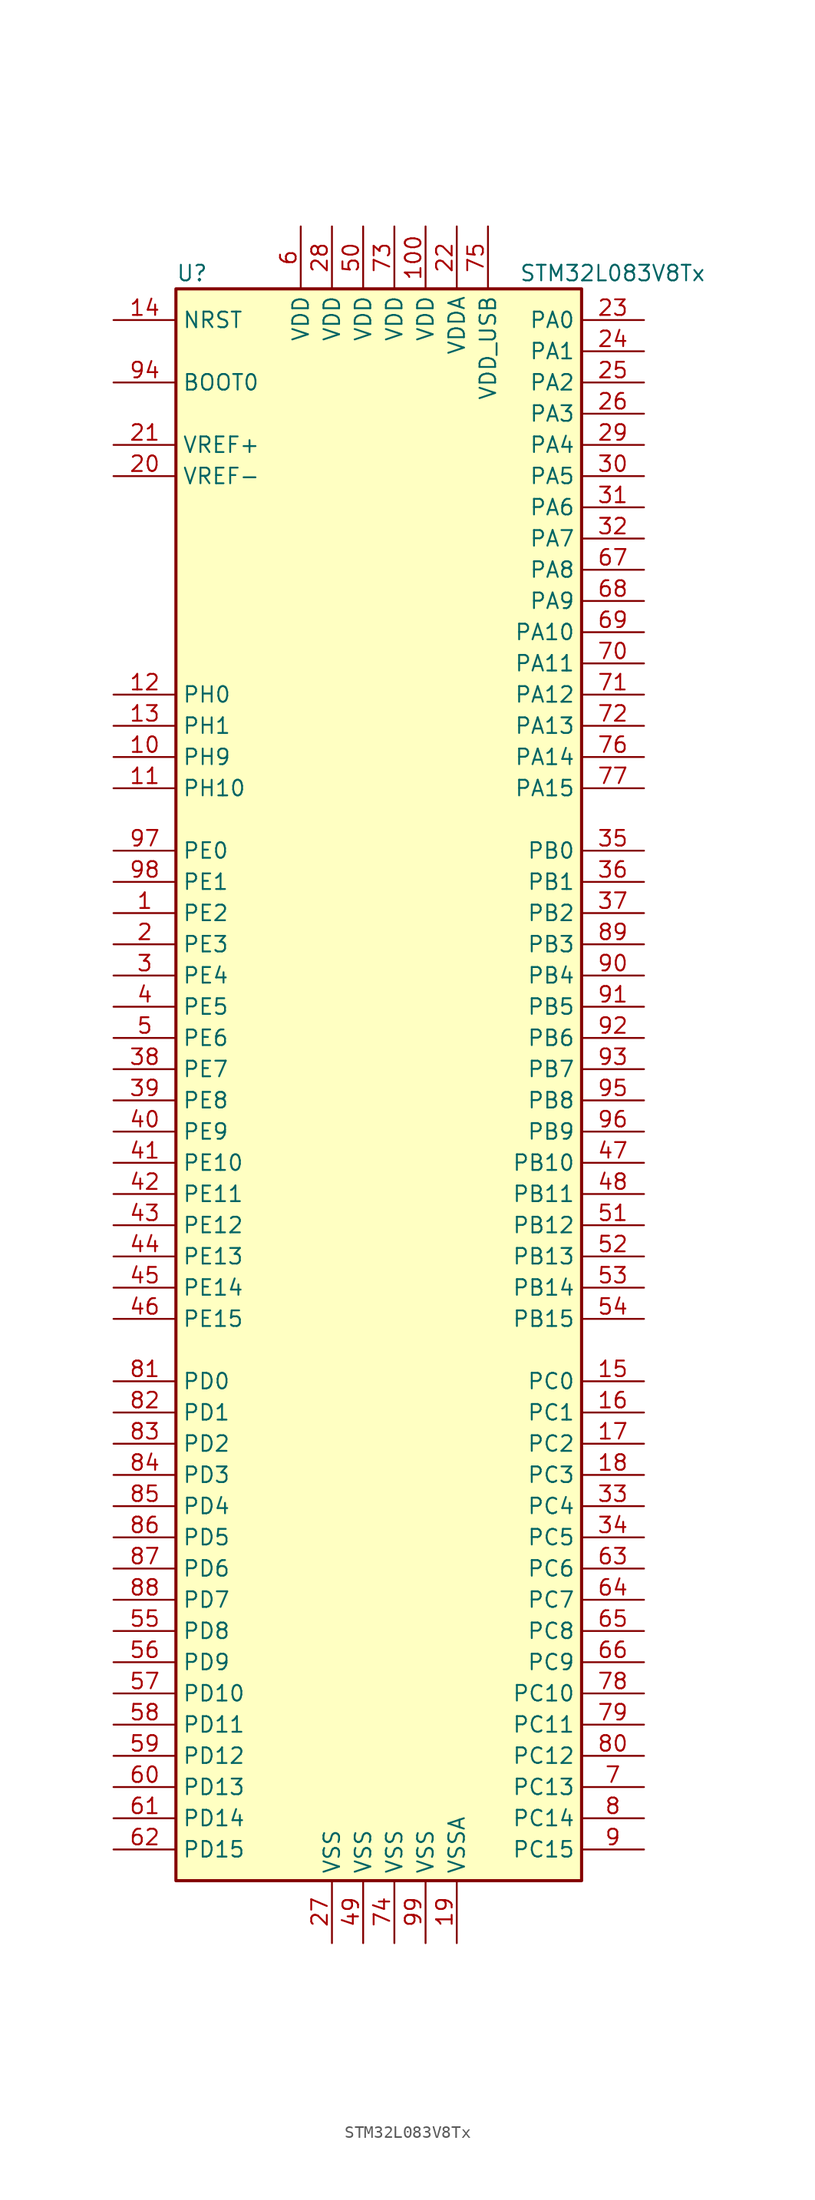
<source format=kicad_sym>
(kicad_symbol_lib
  (version 20201005)
  (generator kicad_symbol_editor)
  (symbol "MCU_ST_STM32L0:STM32L083V8Tx"
    (property "Reference" "U"
      (at -17.78 64.77 0)
      (effects (font (size 1.27 1.27)) (justify left)))
    (property "Value" "STM32L083V8Tx"
      (at 10.16 64.77 0)
      (effects (font (size 1.27 1.27)) (justify left)))
    (symbol "STM32L083V8Tx_0_1"
      (rectangle (start -17.78 -66.04) (end 15.24 63.5) (stroke (width 0.254)) (fill (type background))))
    (symbol "STM32L083V8Tx_1_1"
      (pin input line (at -22.86 55.88 0) (length 5.08) (name "BOOT0" (effects (font (size 1.27 1.27)))) (number "94" (effects (font (size 1.27 1.27)))))
      (pin input line (at -22.86 60.96 0) (length 5.08) (name "NRST" (effects (font (size 1.27 1.27)))) (number "14" (effects (font (size 1.27 1.27)))))
      (pin bidirectional line (at 20.32 60.96 180) (length 5.08) (name "PA0" (effects (font (size 1.27 1.27)))) (number "23" (effects (font (size 1.27 1.27)))))
      (pin bidirectional line (at 20.32 58.42 180) (length 5.08) (name "PA1" (effects (font (size 1.27 1.27)))) (number "24" (effects (font (size 1.27 1.27)))))
      (pin bidirectional line (at 20.32 35.56 180) (length 5.08) (name "PA10" (effects (font (size 1.27 1.27)))) (number "69" (effects (font (size 1.27 1.27)))))
      (pin bidirectional line (at 20.32 33.02 180) (length 5.08) (name "PA11" (effects (font (size 1.27 1.27)))) (number "70" (effects (font (size 1.27 1.27)))))
      (pin bidirectional line (at 20.32 30.48 180) (length 5.08) (name "PA12" (effects (font (size 1.27 1.27)))) (number "71" (effects (font (size 1.27 1.27)))))
      (pin bidirectional line (at 20.32 27.94 180) (length 5.08) (name "PA13" (effects (font (size 1.27 1.27)))) (number "72" (effects (font (size 1.27 1.27)))))
      (pin bidirectional line (at 20.32 25.4 180) (length 5.08) (name "PA14" (effects (font (size 1.27 1.27)))) (number "76" (effects (font (size 1.27 1.27)))))
      (pin bidirectional line (at 20.32 22.86 180) (length 5.08) (name "PA15" (effects (font (size 1.27 1.27)))) (number "77" (effects (font (size 1.27 1.27)))))
      (pin bidirectional line (at 20.32 55.88 180) (length 5.08) (name "PA2" (effects (font (size 1.27 1.27)))) (number "25" (effects (font (size 1.27 1.27)))))
      (pin bidirectional line (at 20.32 53.34 180) (length 5.08) (name "PA3" (effects (font (size 1.27 1.27)))) (number "26" (effects (font (size 1.27 1.27)))))
      (pin bidirectional line (at 20.32 50.8 180) (length 5.08) (name "PA4" (effects (font (size 1.27 1.27)))) (number "29" (effects (font (size 1.27 1.27)))))
      (pin bidirectional line (at 20.32 48.26 180) (length 5.08) (name "PA5" (effects (font (size 1.27 1.27)))) (number "30" (effects (font (size 1.27 1.27)))))
      (pin bidirectional line (at 20.32 45.72 180) (length 5.08) (name "PA6" (effects (font (size 1.27 1.27)))) (number "31" (effects (font (size 1.27 1.27)))))
      (pin bidirectional line (at 20.32 43.18 180) (length 5.08) (name "PA7" (effects (font (size 1.27 1.27)))) (number "32" (effects (font (size 1.27 1.27)))))
      (pin bidirectional line (at 20.32 40.64 180) (length 5.08) (name "PA8" (effects (font (size 1.27 1.27)))) (number "67" (effects (font (size 1.27 1.27)))))
      (pin bidirectional line (at 20.32 38.1 180) (length 5.08) (name "PA9" (effects (font (size 1.27 1.27)))) (number "68" (effects (font (size 1.27 1.27)))))
      (pin bidirectional line (at 20.32 17.78 180) (length 5.08) (name "PB0" (effects (font (size 1.27 1.27)))) (number "35" (effects (font (size 1.27 1.27)))))
      (pin bidirectional line (at 20.32 15.24 180) (length 5.08) (name "PB1" (effects (font (size 1.27 1.27)))) (number "36" (effects (font (size 1.27 1.27)))))
      (pin bidirectional line (at 20.32 -7.62 180) (length 5.08) (name "PB10" (effects (font (size 1.27 1.27)))) (number "47" (effects (font (size 1.27 1.27)))))
      (pin bidirectional line (at 20.32 -10.16 180) (length 5.08) (name "PB11" (effects (font (size 1.27 1.27)))) (number "48" (effects (font (size 1.27 1.27)))))
      (pin bidirectional line (at 20.32 -12.7 180) (length 5.08) (name "PB12" (effects (font (size 1.27 1.27)))) (number "51" (effects (font (size 1.27 1.27)))))
      (pin bidirectional line (at 20.32 -15.24 180) (length 5.08) (name "PB13" (effects (font (size 1.27 1.27)))) (number "52" (effects (font (size 1.27 1.27)))))
      (pin bidirectional line (at 20.32 -17.78 180) (length 5.08) (name "PB14" (effects (font (size 1.27 1.27)))) (number "53" (effects (font (size 1.27 1.27)))))
      (pin bidirectional line (at 20.32 -20.32 180) (length 5.08) (name "PB15" (effects (font (size 1.27 1.27)))) (number "54" (effects (font (size 1.27 1.27)))))
      (pin bidirectional line (at 20.32 12.7 180) (length 5.08) (name "PB2" (effects (font (size 1.27 1.27)))) (number "37" (effects (font (size 1.27 1.27)))))
      (pin bidirectional line (at 20.32 10.16 180) (length 5.08) (name "PB3" (effects (font (size 1.27 1.27)))) (number "89" (effects (font (size 1.27 1.27)))))
      (pin bidirectional line (at 20.32 7.62 180) (length 5.08) (name "PB4" (effects (font (size 1.27 1.27)))) (number "90" (effects (font (size 1.27 1.27)))))
      (pin bidirectional line (at 20.32 5.08 180) (length 5.08) (name "PB5" (effects (font (size 1.27 1.27)))) (number "91" (effects (font (size 1.27 1.27)))))
      (pin bidirectional line (at 20.32 2.54 180) (length 5.08) (name "PB6" (effects (font (size 1.27 1.27)))) (number "92" (effects (font (size 1.27 1.27)))))
      (pin bidirectional line (at 20.32 0 180) (length 5.08) (name "PB7" (effects (font (size 1.27 1.27)))) (number "93" (effects (font (size 1.27 1.27)))))
      (pin bidirectional line (at 20.32 -2.54 180) (length 5.08) (name "PB8" (effects (font (size 1.27 1.27)))) (number "95" (effects (font (size 1.27 1.27)))))
      (pin bidirectional line (at 20.32 -5.08 180) (length 5.08) (name "PB9" (effects (font (size 1.27 1.27)))) (number "96" (effects (font (size 1.27 1.27)))))
      (pin bidirectional line (at 20.32 -25.4 180) (length 5.08) (name "PC0" (effects (font (size 1.27 1.27)))) (number "15" (effects (font (size 1.27 1.27)))))
      (pin bidirectional line (at 20.32 -27.94 180) (length 5.08) (name "PC1" (effects (font (size 1.27 1.27)))) (number "16" (effects (font (size 1.27 1.27)))))
      (pin bidirectional line (at 20.32 -50.8 180) (length 5.08) (name "PC10" (effects (font (size 1.27 1.27)))) (number "78" (effects (font (size 1.27 1.27)))))
      (pin bidirectional line (at 20.32 -53.34 180) (length 5.08) (name "PC11" (effects (font (size 1.27 1.27)))) (number "79" (effects (font (size 1.27 1.27)))))
      (pin bidirectional line (at 20.32 -55.88 180) (length 5.08) (name "PC12" (effects (font (size 1.27 1.27)))) (number "80" (effects (font (size 1.27 1.27)))))
      (pin bidirectional line (at 20.32 -58.42 180) (length 5.08) (name "PC13" (effects (font (size 1.27 1.27)))) (number "7" (effects (font (size 1.27 1.27)))))
      (pin bidirectional line (at 20.32 -60.96 180) (length 5.08) (name "PC14" (effects (font (size 1.27 1.27)))) (number "8" (effects (font (size 1.27 1.27)))))
      (pin bidirectional line (at 20.32 -63.5 180) (length 5.08) (name "PC15" (effects (font (size 1.27 1.27)))) (number "9" (effects (font (size 1.27 1.27)))))
      (pin bidirectional line (at 20.32 -30.48 180) (length 5.08) (name "PC2" (effects (font (size 1.27 1.27)))) (number "17" (effects (font (size 1.27 1.27)))))
      (pin bidirectional line (at 20.32 -33.02 180) (length 5.08) (name "PC3" (effects (font (size 1.27 1.27)))) (number "18" (effects (font (size 1.27 1.27)))))
      (pin bidirectional line (at 20.32 -35.56 180) (length 5.08) (name "PC4" (effects (font (size 1.27 1.27)))) (number "33" (effects (font (size 1.27 1.27)))))
      (pin bidirectional line (at 20.32 -38.1 180) (length 5.08) (name "PC5" (effects (font (size 1.27 1.27)))) (number "34" (effects (font (size 1.27 1.27)))))
      (pin bidirectional line (at 20.32 -40.64 180) (length 5.08) (name "PC6" (effects (font (size 1.27 1.27)))) (number "63" (effects (font (size 1.27 1.27)))))
      (pin bidirectional line (at 20.32 -43.18 180) (length 5.08) (name "PC7" (effects (font (size 1.27 1.27)))) (number "64" (effects (font (size 1.27 1.27)))))
      (pin bidirectional line (at 20.32 -45.72 180) (length 5.08) (name "PC8" (effects (font (size 1.27 1.27)))) (number "65" (effects (font (size 1.27 1.27)))))
      (pin bidirectional line (at 20.32 -48.26 180) (length 5.08) (name "PC9" (effects (font (size 1.27 1.27)))) (number "66" (effects (font (size 1.27 1.27)))))
      (pin bidirectional line (at -22.86 -25.4 0) (length 5.08) (name "PD0" (effects (font (size 1.27 1.27)))) (number "81" (effects (font (size 1.27 1.27)))))
      (pin bidirectional line (at -22.86 -27.94 0) (length 5.08) (name "PD1" (effects (font (size 1.27 1.27)))) (number "82" (effects (font (size 1.27 1.27)))))
      (pin bidirectional line (at -22.86 -50.8 0) (length 5.08) (name "PD10" (effects (font (size 1.27 1.27)))) (number "57" (effects (font (size 1.27 1.27)))))
      (pin bidirectional line (at -22.86 -53.34 0) (length 5.08) (name "PD11" (effects (font (size 1.27 1.27)))) (number "58" (effects (font (size 1.27 1.27)))))
      (pin bidirectional line (at -22.86 -55.88 0) (length 5.08) (name "PD12" (effects (font (size 1.27 1.27)))) (number "59" (effects (font (size 1.27 1.27)))))
      (pin bidirectional line (at -22.86 -58.42 0) (length 5.08) (name "PD13" (effects (font (size 1.27 1.27)))) (number "60" (effects (font (size 1.27 1.27)))))
      (pin bidirectional line (at -22.86 -60.96 0) (length 5.08) (name "PD14" (effects (font (size 1.27 1.27)))) (number "61" (effects (font (size 1.27 1.27)))))
      (pin bidirectional line (at -22.86 -63.5 0) (length 5.08) (name "PD15" (effects (font (size 1.27 1.27)))) (number "62" (effects (font (size 1.27 1.27)))))
      (pin bidirectional line (at -22.86 -30.48 0) (length 5.08) (name "PD2" (effects (font (size 1.27 1.27)))) (number "83" (effects (font (size 1.27 1.27)))))
      (pin bidirectional line (at -22.86 -33.02 0) (length 5.08) (name "PD3" (effects (font (size 1.27 1.27)))) (number "84" (effects (font (size 1.27 1.27)))))
      (pin bidirectional line (at -22.86 -35.56 0) (length 5.08) (name "PD4" (effects (font (size 1.27 1.27)))) (number "85" (effects (font (size 1.27 1.27)))))
      (pin bidirectional line (at -22.86 -38.1 0) (length 5.08) (name "PD5" (effects (font (size 1.27 1.27)))) (number "86" (effects (font (size 1.27 1.27)))))
      (pin bidirectional line (at -22.86 -40.64 0) (length 5.08) (name "PD6" (effects (font (size 1.27 1.27)))) (number "87" (effects (font (size 1.27 1.27)))))
      (pin bidirectional line (at -22.86 -43.18 0) (length 5.08) (name "PD7" (effects (font (size 1.27 1.27)))) (number "88" (effects (font (size 1.27 1.27)))))
      (pin bidirectional line (at -22.86 -45.72 0) (length 5.08) (name "PD8" (effects (font (size 1.27 1.27)))) (number "55" (effects (font (size 1.27 1.27)))))
      (pin bidirectional line (at -22.86 -48.26 0) (length 5.08) (name "PD9" (effects (font (size 1.27 1.27)))) (number "56" (effects (font (size 1.27 1.27)))))
      (pin bidirectional line (at -22.86 17.78 0) (length 5.08) (name "PE0" (effects (font (size 1.27 1.27)))) (number "97" (effects (font (size 1.27 1.27)))))
      (pin bidirectional line (at -22.86 15.24 0) (length 5.08) (name "PE1" (effects (font (size 1.27 1.27)))) (number "98" (effects (font (size 1.27 1.27)))))
      (pin bidirectional line (at -22.86 -7.62 0) (length 5.08) (name "PE10" (effects (font (size 1.27 1.27)))) (number "41" (effects (font (size 1.27 1.27)))))
      (pin bidirectional line (at -22.86 -10.16 0) (length 5.08) (name "PE11" (effects (font (size 1.27 1.27)))) (number "42" (effects (font (size 1.27 1.27)))))
      (pin bidirectional line (at -22.86 -12.7 0) (length 5.08) (name "PE12" (effects (font (size 1.27 1.27)))) (number "43" (effects (font (size 1.27 1.27)))))
      (pin bidirectional line (at -22.86 -15.24 0) (length 5.08) (name "PE13" (effects (font (size 1.27 1.27)))) (number "44" (effects (font (size 1.27 1.27)))))
      (pin bidirectional line (at -22.86 -17.78 0) (length 5.08) (name "PE14" (effects (font (size 1.27 1.27)))) (number "45" (effects (font (size 1.27 1.27)))))
      (pin bidirectional line (at -22.86 -20.32 0) (length 5.08) (name "PE15" (effects (font (size 1.27 1.27)))) (number "46" (effects (font (size 1.27 1.27)))))
      (pin bidirectional line (at -22.86 12.7 0) (length 5.08) (name "PE2" (effects (font (size 1.27 1.27)))) (number "1" (effects (font (size 1.27 1.27)))))
      (pin bidirectional line (at -22.86 10.16 0) (length 5.08) (name "PE3" (effects (font (size 1.27 1.27)))) (number "2" (effects (font (size 1.27 1.27)))))
      (pin bidirectional line (at -22.86 7.62 0) (length 5.08) (name "PE4" (effects (font (size 1.27 1.27)))) (number "3" (effects (font (size 1.27 1.27)))))
      (pin bidirectional line (at -22.86 5.08 0) (length 5.08) (name "PE5" (effects (font (size 1.27 1.27)))) (number "4" (effects (font (size 1.27 1.27)))))
      (pin bidirectional line (at -22.86 2.54 0) (length 5.08) (name "PE6" (effects (font (size 1.27 1.27)))) (number "5" (effects (font (size 1.27 1.27)))))
      (pin bidirectional line (at -22.86 0 0) (length 5.08) (name "PE7" (effects (font (size 1.27 1.27)))) (number "38" (effects (font (size 1.27 1.27)))))
      (pin bidirectional line (at -22.86 -2.54 0) (length 5.08) (name "PE8" (effects (font (size 1.27 1.27)))) (number "39" (effects (font (size 1.27 1.27)))))
      (pin bidirectional line (at -22.86 -5.08 0) (length 5.08) (name "PE9" (effects (font (size 1.27 1.27)))) (number "40" (effects (font (size 1.27 1.27)))))
      (pin input line (at -22.86 30.48 0) (length 5.08) (name "PH0" (effects (font (size 1.27 1.27)))) (number "12" (effects (font (size 1.27 1.27)))))
      (pin input line (at -22.86 27.94 0) (length 5.08) (name "PH1" (effects (font (size 1.27 1.27)))) (number "13" (effects (font (size 1.27 1.27)))))
      (pin bidirectional line (at -22.86 22.86 0) (length 5.08) (name "PH10" (effects (font (size 1.27 1.27)))) (number "11" (effects (font (size 1.27 1.27)))))
      (pin bidirectional line (at -22.86 25.4 0) (length 5.08) (name "PH9" (effects (font (size 1.27 1.27)))) (number "10" (effects (font (size 1.27 1.27)))))
      (pin power_in line (at 2.54 68.58 270) (length 5.08) (name "VDD" (effects (font (size 1.27 1.27)))) (number "100" (effects (font (size 1.27 1.27)))))
      (pin power_in line (at -5.08 68.58 270) (length 5.08) (name "VDD" (effects (font (size 1.27 1.27)))) (number "28" (effects (font (size 1.27 1.27)))))
      (pin power_in line (at -2.54 68.58 270) (length 5.08) (name "VDD" (effects (font (size 1.27 1.27)))) (number "50" (effects (font (size 1.27 1.27)))))
      (pin power_in line (at -7.62 68.58 270) (length 5.08) (name "VDD" (effects (font (size 1.27 1.27)))) (number "6" (effects (font (size 1.27 1.27)))))
      (pin power_in line (at 0 68.58 270) (length 5.08) (name "VDD" (effects (font (size 1.27 1.27)))) (number "73" (effects (font (size 1.27 1.27)))))
      (pin power_in line (at 5.08 68.58 270) (length 5.08) (name "VDDA" (effects (font (size 1.27 1.27)))) (number "22" (effects (font (size 1.27 1.27)))))
      (pin power_in line (at 7.62 68.58 270) (length 5.08) (name "VDD_USB" (effects (font (size 1.27 1.27)))) (number "75" (effects (font (size 1.27 1.27)))))
      (pin power_in line (at -22.86 50.8 0) (length 5.08) (name "VREF+" (effects (font (size 1.27 1.27)))) (number "21" (effects (font (size 1.27 1.27)))))
      (pin power_in line (at -22.86 48.26 0) (length 5.08) (name "VREF-" (effects (font (size 1.27 1.27)))) (number "20" (effects (font (size 1.27 1.27)))))
      (pin power_in line (at -5.08 -71.12 90) (length 5.08) (name "VSS" (effects (font (size 1.27 1.27)))) (number "27" (effects (font (size 1.27 1.27)))))
      (pin power_in line (at -2.54 -71.12 90) (length 5.08) (name "VSS" (effects (font (size 1.27 1.27)))) (number "49" (effects (font (size 1.27 1.27)))))
      (pin power_in line (at 0 -71.12 90) (length 5.08) (name "VSS" (effects (font (size 1.27 1.27)))) (number "74" (effects (font (size 1.27 1.27)))))
      (pin power_in line (at 2.54 -71.12 90) (length 5.08) (name "VSS" (effects (font (size 1.27 1.27)))) (number "99" (effects (font (size 1.27 1.27)))))
      (pin power_in line (at 5.08 -71.12 90) (length 5.08) (name "VSSA" (effects (font (size 1.27 1.27)))) (number "19" (effects (font (size 1.27 1.27))))))))
</source>
